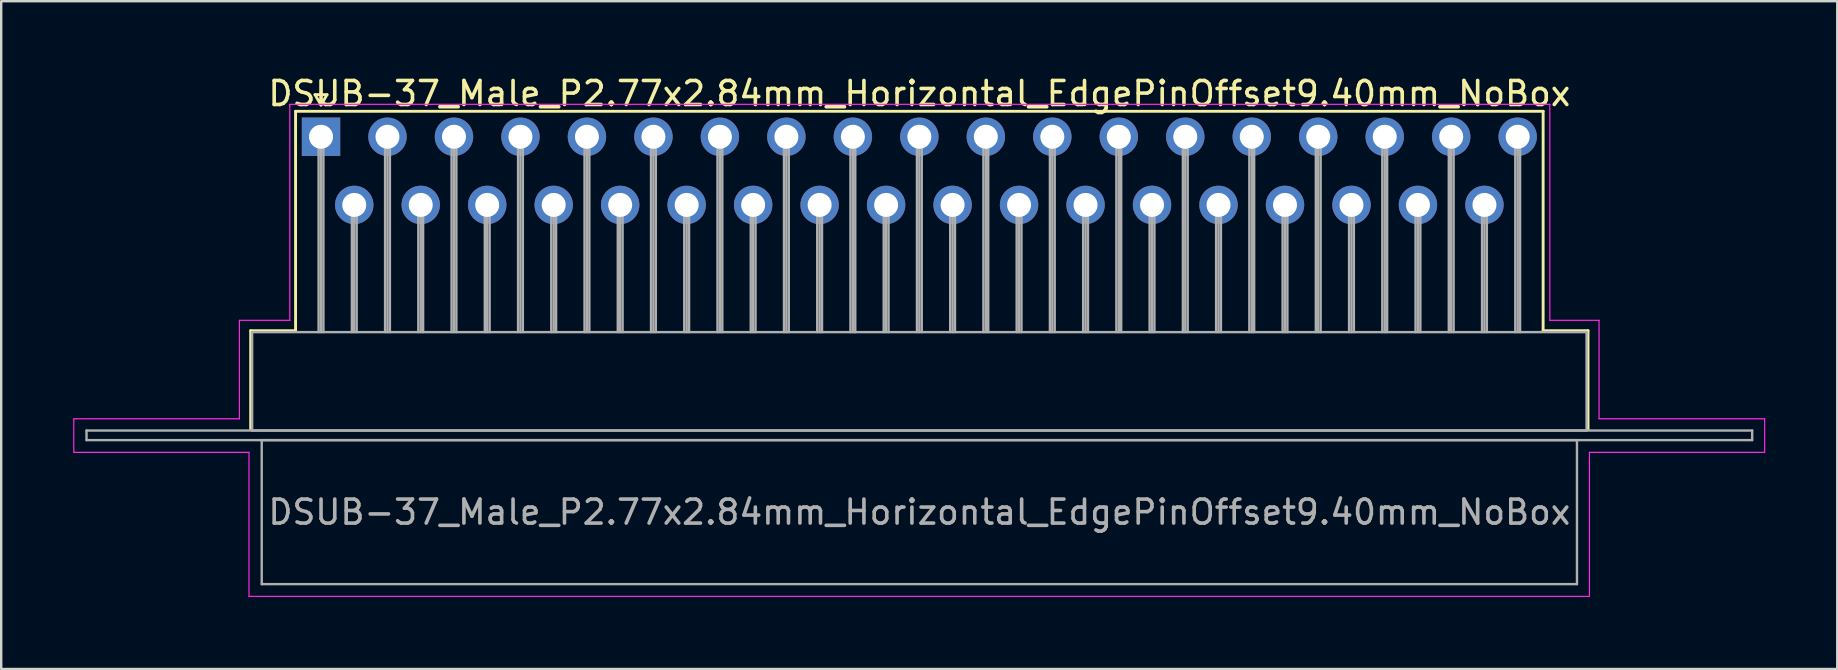
<source format=kicad_pcb>
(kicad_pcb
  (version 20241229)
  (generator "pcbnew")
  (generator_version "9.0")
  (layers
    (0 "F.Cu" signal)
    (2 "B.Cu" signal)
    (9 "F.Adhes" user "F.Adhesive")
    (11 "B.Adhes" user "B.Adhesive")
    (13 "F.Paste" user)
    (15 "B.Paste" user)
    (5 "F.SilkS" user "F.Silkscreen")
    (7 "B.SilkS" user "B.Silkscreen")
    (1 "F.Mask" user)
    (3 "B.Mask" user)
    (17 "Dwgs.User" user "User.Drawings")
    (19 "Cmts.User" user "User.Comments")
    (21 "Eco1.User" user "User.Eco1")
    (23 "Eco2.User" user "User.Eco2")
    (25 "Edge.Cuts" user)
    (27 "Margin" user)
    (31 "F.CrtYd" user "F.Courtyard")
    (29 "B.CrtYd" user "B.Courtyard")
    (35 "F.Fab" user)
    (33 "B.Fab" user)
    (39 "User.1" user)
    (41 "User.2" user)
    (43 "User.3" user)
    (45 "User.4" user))
  (footprint "DSUB-37_Male_P2.77x2.84mm_Horizontal_EdgePinOffset9.40mm_NoBox"
    (layer "F.Cu")
    (at 10.325 2.648)
    (property "Reference" "DSUB-37_Male_P2.77x2.84mm_Horizontal_EdgePinOffset9.40mm_NoBox" (at 24.93 -1.8 0) (layer "F.SilkS") (effects (font (size 1 1) (thickness 0.15))))
    (attr through_hole)
    (fp_line (start -2.93 8.08) (end -1.06 8.08) (stroke (width 0.12) (type solid)) (layer "F.SilkS"))
    (fp_line (start -2.93 12.18) (end -2.93 8.08) (stroke (width 0.12) (type solid)) (layer "F.SilkS"))
    (fp_line (start -1.06 -1.06) (end 50.92 -1.06) (stroke (width 0.12) (type solid)) (layer "F.SilkS"))
    (fp_line (start -1.06 8.08) (end -1.06 -1.06) (stroke (width 0.12) (type solid)) (layer "F.SilkS"))
    (fp_line (start -0.25 -1.754) (end 0.25 -1.754) (stroke (width 0.12) (type solid)) (layer "F.SilkS"))
    (fp_line (start 0 -1.321) (end -0.25 -1.754) (stroke (width 0.12) (type solid)) (layer "F.SilkS"))
    (fp_line (start 0.25 -1.754) (end 0 -1.321) (stroke (width 0.12) (type solid)) (layer "F.SilkS"))
    (fp_line (start 50.92 -1.06) (end 50.92 8.08) (stroke (width 0.12) (type solid)) (layer "F.SilkS"))
    (fp_line (start 50.92 8.08) (end 52.79 8.08) (stroke (width 0.12) (type solid)) (layer "F.SilkS"))
    (fp_line (start 52.79 8.08) (end 52.79 12.18) (stroke (width 0.12) (type solid)) (layer "F.SilkS"))
    (fp_line (start -10.3 11.75) (end -3.4 11.75) (stroke (width 0.05) (type solid)) (layer "F.CrtYd"))
    (fp_line (start -10.3 13.15) (end -10.3 11.75) (stroke (width 0.05) (type solid)) (layer "F.CrtYd"))
    (fp_line (start -3.4 7.65) (end -1.3 7.65) (stroke (width 0.05) (type solid)) (layer "F.CrtYd"))
    (fp_line (start -3.4 11.75) (end -3.4 7.65) (stroke (width 0.05) (type solid)) (layer "F.CrtYd"))
    (fp_line (start -3 13.15) (end -10.3 13.15) (stroke (width 0.05) (type solid)) (layer "F.CrtYd"))
    (fp_line (start -3 19.15) (end -3 13.15) (stroke (width 0.05) (type solid)) (layer "F.CrtYd"))
    (fp_line (start -1.3 -1.35) (end 51.2 -1.35) (stroke (width 0.05) (type solid)) (layer "F.CrtYd"))
    (fp_line (start -1.3 7.65) (end -1.3 -1.35) (stroke (width 0.05) (type solid)) (layer "F.CrtYd"))
    (fp_line (start 51.2 -1.35) (end 51.2 7.65) (stroke (width 0.05) (type solid)) (layer "F.CrtYd"))
    (fp_line (start 51.2 7.65) (end 53.25 7.65) (stroke (width 0.05) (type solid)) (layer "F.CrtYd"))
    (fp_line (start 52.85 13.15) (end 52.85 19.15) (stroke (width 0.05) (type solid)) (layer "F.CrtYd"))
    (fp_line (start 52.85 19.15) (end -3 19.15) (stroke (width 0.05) (type solid)) (layer "F.CrtYd"))
    (fp_line (start 53.25 7.65) (end 53.25 11.75) (stroke (width 0.05) (type solid)) (layer "F.CrtYd"))
    (fp_line (start 53.25 11.75) (end 60.15 11.75) (stroke (width 0.05) (type solid)) (layer "F.CrtYd"))
    (fp_line (start 60.15 11.75) (end 60.15 13.15) (stroke (width 0.05) (type solid)) (layer "F.CrtYd"))
    (fp_line (start 60.15 13.15) (end 52.85 13.15) (stroke (width 0.05) (type solid)) (layer "F.CrtYd"))
    (fp_line (start -9.77 12.24) (end -9.77 12.64) (stroke (width 0.1) (type solid)) (layer "F.Fab"))
    (fp_line (start -9.77 12.64) (end 59.63 12.64) (stroke (width 0.1) (type solid)) (layer "F.Fab"))
    (fp_line (start -2.87 8.14) (end -2.87 12.24) (stroke (width 0.1) (type solid)) (layer "F.Fab"))
    (fp_line (start -2.87 12.24) (end 52.73 12.24) (stroke (width 0.1) (type solid)) (layer "F.Fab"))
    (fp_line (start -2.47 12.64) (end -2.47 18.64) (stroke (width 0.1) (type solid)) (layer "F.Fab"))
    (fp_line (start -2.47 18.64) (end 52.33 18.64) (stroke (width 0.1) (type solid)) (layer "F.Fab"))
    (fp_line (start -0.1 0) (end -0.1 8.14) (stroke (width 0.1) (type solid)) (layer "F.Fab"))
    (fp_line (start 0 0) (end 0 8.14) (stroke (width 0.1) (type solid)) (layer "F.Fab"))
    (fp_line (start 0.1 0) (end 0.1 8.14) (stroke (width 0.1) (type solid)) (layer "F.Fab"))
    (fp_line (start 1.285 2.84) (end 1.285 8.14) (stroke (width 0.1) (type solid)) (layer "F.Fab"))
    (fp_line (start 1.385 2.84) (end 1.385 8.14) (stroke (width 0.1) (type solid)) (layer "F.Fab"))
    (fp_line (start 1.485 2.84) (end 1.485 8.14) (stroke (width 0.1) (type solid)) (layer "F.Fab"))
    (fp_line (start 2.67 0) (end 2.67 8.14) (stroke (width 0.1) (type solid)) (layer "F.Fab"))
    (fp_line (start 2.77 0) (end 2.77 8.14) (stroke (width 0.1) (type solid)) (layer "F.Fab"))
    (fp_line (start 2.87 0) (end 2.87 8.14) (stroke (width 0.1) (type solid)) (layer "F.Fab"))
    (fp_line (start 4.055 2.84) (end 4.055 8.14) (stroke (width 0.1) (type solid)) (layer "F.Fab"))
    (fp_line (start 4.155 2.84) (end 4.155 8.14) (stroke (width 0.1) (type solid)) (layer "F.Fab"))
    (fp_line (start 4.255 2.84) (end 4.255 8.14) (stroke (width 0.1) (type solid)) (layer "F.Fab"))
    (fp_line (start 5.44 0) (end 5.44 8.14) (stroke (width 0.1) (type solid)) (layer "F.Fab"))
    (fp_line (start 5.54 0) (end 5.54 8.14) (stroke (width 0.1) (type solid)) (layer "F.Fab"))
    (fp_line (start 5.64 0) (end 5.64 8.14) (stroke (width 0.1) (type solid)) (layer "F.Fab"))
    (fp_line (start 6.825 2.84) (end 6.825 8.14) (stroke (width 0.1) (type solid)) (layer "F.Fab"))
    (fp_line (start 6.925 2.84) (end 6.925 8.14) (stroke (width 0.1) (type solid)) (layer "F.Fab"))
    (fp_line (start 7.025 2.84) (end 7.025 8.14) (stroke (width 0.1) (type solid)) (layer "F.Fab"))
    (fp_line (start 8.21 0) (end 8.21 8.14) (stroke (width 0.1) (type solid)) (layer "F.Fab"))
    (fp_line (start 8.31 0) (end 8.31 8.14) (stroke (width 0.1) (type solid)) (layer "F.Fab"))
    (fp_line (start 8.41 0) (end 8.41 8.14) (stroke (width 0.1) (type solid)) (layer "F.Fab"))
    (fp_line (start 9.595 2.84) (end 9.595 8.14) (stroke (width 0.1) (type solid)) (layer "F.Fab"))
    (fp_line (start 9.695 2.84) (end 9.695 8.14) (stroke (width 0.1) (type solid)) (layer "F.Fab"))
    (fp_line (start 9.795 2.84) (end 9.795 8.14) (stroke (width 0.1) (type solid)) (layer "F.Fab"))
    (fp_line (start 10.98 0) (end 10.98 8.14) (stroke (width 0.1) (type solid)) (layer "F.Fab"))
    (fp_line (start 11.08 0) (end 11.08 8.14) (stroke (width 0.1) (type solid)) (layer "F.Fab"))
    (fp_line (start 11.18 0) (end 11.18 8.14) (stroke (width 0.1) (type solid)) (layer "F.Fab"))
    (fp_line (start 12.365 2.84) (end 12.365 8.14) (stroke (width 0.1) (type solid)) (layer "F.Fab"))
    (fp_line (start 12.465 2.84) (end 12.465 8.14) (stroke (width 0.1) (type solid)) (layer "F.Fab"))
    (fp_line (start 12.565 2.84) (end 12.565 8.14) (stroke (width 0.1) (type solid)) (layer "F.Fab"))
    (fp_line (start 13.75 0) (end 13.75 8.14) (stroke (width 0.1) (type solid)) (layer "F.Fab"))
    (fp_line (start 13.85 0) (end 13.85 8.14) (stroke (width 0.1) (type solid)) (layer "F.Fab"))
    (fp_line (start 13.95 0) (end 13.95 8.14) (stroke (width 0.1) (type solid)) (layer "F.Fab"))
    (fp_line (start 15.135 2.84) (end 15.135 8.14) (stroke (width 0.1) (type solid)) (layer "F.Fab"))
    (fp_line (start 15.235 2.84) (end 15.235 8.14) (stroke (width 0.1) (type solid)) (layer "F.Fab"))
    (fp_line (start 15.335 2.84) (end 15.335 8.14) (stroke (width 0.1) (type solid)) (layer "F.Fab"))
    (fp_line (start 16.52 0) (end 16.52 8.14) (stroke (width 0.1) (type solid)) (layer "F.Fab"))
    (fp_line (start 16.62 0) (end 16.62 8.14) (stroke (width 0.1) (type solid)) (layer "F.Fab"))
    (fp_line (start 16.72 0) (end 16.72 8.14) (stroke (width 0.1) (type solid)) (layer "F.Fab"))
    (fp_line (start 17.905 2.84) (end 17.905 8.14) (stroke (width 0.1) (type solid)) (layer "F.Fab"))
    (fp_line (start 18.005 2.84) (end 18.005 8.14) (stroke (width 0.1) (type solid)) (layer "F.Fab"))
    (fp_line (start 18.105 2.84) (end 18.105 8.14) (stroke (width 0.1) (type solid)) (layer "F.Fab"))
    (fp_line (start 19.29 0) (end 19.29 8.14) (stroke (width 0.1) (type solid)) (layer "F.Fab"))
    (fp_line (start 19.39 0) (end 19.39 8.14) (stroke (width 0.1) (type solid)) (layer "F.Fab"))
    (fp_line (start 19.49 0) (end 19.49 8.14) (stroke (width 0.1) (type solid)) (layer "F.Fab"))
    (fp_line (start 20.675 2.84) (end 20.675 8.14) (stroke (width 0.1) (type solid)) (layer "F.Fab"))
    (fp_line (start 20.775 2.84) (end 20.775 8.14) (stroke (width 0.1) (type solid)) (layer "F.Fab"))
    (fp_line (start 20.875 2.84) (end 20.875 8.14) (stroke (width 0.1) (type solid)) (layer "F.Fab"))
    (fp_line (start 22.06 0) (end 22.06 8.14) (stroke (width 0.1) (type solid)) (layer "F.Fab"))
    (fp_line (start 22.16 0) (end 22.16 8.14) (stroke (width 0.1) (type solid)) (layer "F.Fab"))
    (fp_line (start 22.26 0) (end 22.26 8.14) (stroke (width 0.1) (type solid)) (layer "F.Fab"))
    (fp_line (start 23.445 2.84) (end 23.445 8.14) (stroke (width 0.1) (type solid)) (layer "F.Fab"))
    (fp_line (start 23.545 2.84) (end 23.545 8.14) (stroke (width 0.1) (type solid)) (layer "F.Fab"))
    (fp_line (start 23.645 2.84) (end 23.645 8.14) (stroke (width 0.1) (type solid)) (layer "F.Fab"))
    (fp_line (start 24.83 0) (end 24.83 8.14) (stroke (width 0.1) (type solid)) (layer "F.Fab"))
    (fp_line (start 24.93 0) (end 24.93 8.14) (stroke (width 0.1) (type solid)) (layer "F.Fab"))
    (fp_line (start 25.03 0) (end 25.03 8.14) (stroke (width 0.1) (type solid)) (layer "F.Fab"))
    (fp_line (start 26.215 2.84) (end 26.215 8.14) (stroke (width 0.1) (type solid)) (layer "F.Fab"))
    (fp_line (start 26.315 2.84) (end 26.315 8.14) (stroke (width 0.1) (type solid)) (layer "F.Fab"))
    (fp_line (start 26.415 2.84) (end 26.415 8.14) (stroke (width 0.1) (type solid)) (layer "F.Fab"))
    (fp_line (start 27.6 0) (end 27.6 8.14) (stroke (width 0.1) (type solid)) (layer "F.Fab"))
    (fp_line (start 27.7 0) (end 27.7 8.14) (stroke (width 0.1) (type solid)) (layer "F.Fab"))
    (fp_line (start 27.8 0) (end 27.8 8.14) (stroke (width 0.1) (type solid)) (layer "F.Fab"))
    (fp_line (start 28.985 2.84) (end 28.985 8.14) (stroke (width 0.1) (type solid)) (layer "F.Fab"))
    (fp_line (start 29.085 2.84) (end 29.085 8.14) (stroke (width 0.1) (type solid)) (layer "F.Fab"))
    (fp_line (start 29.185 2.84) (end 29.185 8.14) (stroke (width 0.1) (type solid)) (layer "F.Fab"))
    (fp_line (start 30.37 0) (end 30.37 8.14) (stroke (width 0.1) (type solid)) (layer "F.Fab"))
    (fp_line (start 30.47 0) (end 30.47 8.14) (stroke (width 0.1) (type solid)) (layer "F.Fab"))
    (fp_line (start 30.57 0) (end 30.57 8.14) (stroke (width 0.1) (type solid)) (layer "F.Fab"))
    (fp_line (start 31.755 2.84) (end 31.755 8.14) (stroke (width 0.1) (type solid)) (layer "F.Fab"))
    (fp_line (start 31.855 2.84) (end 31.855 8.14) (stroke (width 0.1) (type solid)) (layer "F.Fab"))
    (fp_line (start 31.955 2.84) (end 31.955 8.14) (stroke (width 0.1) (type solid)) (layer "F.Fab"))
    (fp_line (start 33.14 0) (end 33.14 8.14) (stroke (width 0.1) (type solid)) (layer "F.Fab"))
    (fp_line (start 33.24 0) (end 33.24 8.14) (stroke (width 0.1) (type solid)) (layer "F.Fab"))
    (fp_line (start 33.34 0) (end 33.34 8.14) (stroke (width 0.1) (type solid)) (layer "F.Fab"))
    (fp_line (start 34.525 2.84) (end 34.525 8.14) (stroke (width 0.1) (type solid)) (layer "F.Fab"))
    (fp_line (start 34.625 2.84) (end 34.625 8.14) (stroke (width 0.1) (type solid)) (layer "F.Fab"))
    (fp_line (start 34.725 2.84) (end 34.725 8.14) (stroke (width 0.1) (type solid)) (layer "F.Fab"))
    (fp_line (start 35.91 0) (end 35.91 8.14) (stroke (width 0.1) (type solid)) (layer "F.Fab"))
    (fp_line (start 36.01 0) (end 36.01 8.14) (stroke (width 0.1) (type solid)) (layer "F.Fab"))
    (fp_line (start 36.11 0) (end 36.11 8.14) (stroke (width 0.1) (type solid)) (layer "F.Fab"))
    (fp_line (start 37.295 2.84) (end 37.295 8.14) (stroke (width 0.1) (type solid)) (layer "F.Fab"))
    (fp_line (start 37.395 2.84) (end 37.395 8.14) (stroke (width 0.1) (type solid)) (layer "F.Fab"))
    (fp_line (start 37.495 2.84) (end 37.495 8.14) (stroke (width 0.1) (type solid)) (layer "F.Fab"))
    (fp_line (start 38.68 0) (end 38.68 8.14) (stroke (width 0.1) (type solid)) (layer "F.Fab"))
    (fp_line (start 38.78 0) (end 38.78 8.14) (stroke (width 0.1) (type solid)) (layer "F.Fab"))
    (fp_line (start 38.88 0) (end 38.88 8.14) (stroke (width 0.1) (type solid)) (layer "F.Fab"))
    (fp_line (start 40.065 2.84) (end 40.065 8.14) (stroke (width 0.1) (type solid)) (layer "F.Fab"))
    (fp_line (start 40.165 2.84) (end 40.165 8.14) (stroke (width 0.1) (type solid)) (layer "F.Fab"))
    (fp_line (start 40.265 2.84) (end 40.265 8.14) (stroke (width 0.1) (type solid)) (layer "F.Fab"))
    (fp_line (start 41.45 0) (end 41.45 8.14) (stroke (width 0.1) (type solid)) (layer "F.Fab"))
    (fp_line (start 41.55 0) (end 41.55 8.14) (stroke (width 0.1) (type solid)) (layer "F.Fab"))
    (fp_line (start 41.65 0) (end 41.65 8.14) (stroke (width 0.1) (type solid)) (layer "F.Fab"))
    (fp_line (start 42.835 2.84) (end 42.835 8.14) (stroke (width 0.1) (type solid)) (layer "F.Fab"))
    (fp_line (start 42.935 2.84) (end 42.935 8.14) (stroke (width 0.1) (type solid)) (layer "F.Fab"))
    (fp_line (start 43.035 2.84) (end 43.035 8.14) (stroke (width 0.1) (type solid)) (layer "F.Fab"))
    (fp_line (start 44.22 0) (end 44.22 8.14) (stroke (width 0.1) (type solid)) (layer "F.Fab"))
    (fp_line (start 44.32 0) (end 44.32 8.14) (stroke (width 0.1) (type solid)) (layer "F.Fab"))
    (fp_line (start 44.42 0) (end 44.42 8.14) (stroke (width 0.1) (type solid)) (layer "F.Fab"))
    (fp_line (start 45.605 2.84) (end 45.605 8.14) (stroke (width 0.1) (type solid)) (layer "F.Fab"))
    (fp_line (start 45.705 2.84) (end 45.705 8.14) (stroke (width 0.1) (type solid)) (layer "F.Fab"))
    (fp_line (start 45.805 2.84) (end 45.805 8.14) (stroke (width 0.1) (type solid)) (layer "F.Fab"))
    (fp_line (start 46.99 0) (end 46.99 8.14) (stroke (width 0.1) (type solid)) (layer "F.Fab"))
    (fp_line (start 47.09 0) (end 47.09 8.14) (stroke (width 0.1) (type solid)) (layer "F.Fab"))
    (fp_line (start 47.19 0) (end 47.19 8.14) (stroke (width 0.1) (type solid)) (layer "F.Fab"))
    (fp_line (start 48.375 2.84) (end 48.375 8.14) (stroke (width 0.1) (type solid)) (layer "F.Fab"))
    (fp_line (start 48.475 2.84) (end 48.475 8.14) (stroke (width 0.1) (type solid)) (layer "F.Fab"))
    (fp_line (start 48.575 2.84) (end 48.575 8.14) (stroke (width 0.1) (type solid)) (layer "F.Fab"))
    (fp_line (start 49.76 0) (end 49.76 8.14) (stroke (width 0.1) (type solid)) (layer "F.Fab"))
    (fp_line (start 49.86 0) (end 49.86 8.14) (stroke (width 0.1) (type solid)) (layer "F.Fab"))
    (fp_line (start 49.96 0) (end 49.96 8.14) (stroke (width 0.1) (type solid)) (layer "F.Fab"))
    (fp_line (start 52.33 12.64) (end -2.47 12.64) (stroke (width 0.1) (type solid)) (layer "F.Fab"))
    (fp_line (start 52.33 18.64) (end 52.33 12.64) (stroke (width 0.1) (type solid)) (layer "F.Fab"))
    (fp_line (start 52.73 8.14) (end -2.87 8.14) (stroke (width 0.1) (type solid)) (layer "F.Fab"))
    (fp_line (start 52.73 12.24) (end 52.73 8.14) (stroke (width 0.1) (type solid)) (layer "F.Fab"))
    (fp_line (start 59.63 12.24) (end -9.77 12.24) (stroke (width 0.1) (type solid)) (layer "F.Fab"))
    (fp_line (start 59.63 12.64) (end 59.63 12.24) (stroke (width 0.1) (type solid)) (layer "F.Fab"))
    (fp_text user "${REFERENCE}" (at 24.93 15.64 0) (layer "F.Fab") (effects (font (size 1 1) (thickness 0.15))))
    (pad "1" thru_hole rect (at 0 0) (size 1.6 1.6) (drill 1) (layers "*.Cu" "*.Mask"))
    (pad "2" thru_hole circle (at 2.77 0) (size 1.6 1.6) (drill 1) (layers "*.Cu" "*.Mask"))
    (pad "3" thru_hole circle (at 5.54 0) (size 1.6 1.6) (drill 1) (layers "*.Cu" "*.Mask"))
    (pad "4" thru_hole circle (at 8.31 0) (size 1.6 1.6) (drill 1) (layers "*.Cu" "*.Mask"))
    (pad "5" thru_hole circle (at 11.08 0) (size 1.6 1.6) (drill 1) (layers "*.Cu" "*.Mask"))
    (pad "6" thru_hole circle (at 13.85 0) (size 1.6 1.6) (drill 1) (layers "*.Cu" "*.Mask"))
    (pad "7" thru_hole circle (at 16.62 0) (size 1.6 1.6) (drill 1) (layers "*.Cu" "*.Mask"))
    (pad "8" thru_hole circle (at 19.39 0) (size 1.6 1.6) (drill 1) (layers "*.Cu" "*.Mask"))
    (pad "9" thru_hole circle (at 22.16 0) (size 1.6 1.6) (drill 1) (layers "*.Cu" "*.Mask"))
    (pad "10" thru_hole circle (at 24.93 0) (size 1.6 1.6) (drill 1) (layers "*.Cu" "*.Mask"))
    (pad "11" thru_hole circle (at 27.7 0) (size 1.6 1.6) (drill 1) (layers "*.Cu" "*.Mask"))
    (pad "12" thru_hole circle (at 30.47 0) (size 1.6 1.6) (drill 1) (layers "*.Cu" "*.Mask"))
    (pad "13" thru_hole circle (at 33.24 0) (size 1.6 1.6) (drill 1) (layers "*.Cu" "*.Mask"))
    (pad "14" thru_hole circle (at 36.01 0) (size 1.6 1.6) (drill 1) (layers "*.Cu" "*.Mask"))
    (pad "15" thru_hole circle (at 38.78 0) (size 1.6 1.6) (drill 1) (layers "*.Cu" "*.Mask"))
    (pad "16" thru_hole circle (at 41.55 0) (size 1.6 1.6) (drill 1) (layers "*.Cu" "*.Mask"))
    (pad "17" thru_hole circle (at 44.32 0) (size 1.6 1.6) (drill 1) (layers "*.Cu" "*.Mask"))
    (pad "18" thru_hole circle (at 47.09 0) (size 1.6 1.6) (drill 1) (layers "*.Cu" "*.Mask"))
    (pad "19" thru_hole circle (at 49.86 0) (size 1.6 1.6) (drill 1) (layers "*.Cu" "*.Mask"))
    (pad "20" thru_hole circle (at 1.385 2.84) (size 1.6 1.6) (drill 1) (layers "*.Cu" "*.Mask"))
    (pad "21" thru_hole circle (at 4.155 2.84) (size 1.6 1.6) (drill 1) (layers "*.Cu" "*.Mask"))
    (pad "22" thru_hole circle (at 6.925 2.84) (size 1.6 1.6) (drill 1) (layers "*.Cu" "*.Mask"))
    (pad "23" thru_hole circle (at 9.695 2.84) (size 1.6 1.6) (drill 1) (layers "*.Cu" "*.Mask"))
    (pad "24" thru_hole circle (at 12.465 2.84) (size 1.6 1.6) (drill 1) (layers "*.Cu" "*.Mask"))
    (pad "25" thru_hole circle (at 15.235 2.84) (size 1.6 1.6) (drill 1) (layers "*.Cu" "*.Mask"))
    (pad "26" thru_hole circle (at 18.005 2.84) (size 1.6 1.6) (drill 1) (layers "*.Cu" "*.Mask"))
    (pad "27" thru_hole circle (at 20.775 2.84) (size 1.6 1.6) (drill 1) (layers "*.Cu" "*.Mask"))
    (pad "28" thru_hole circle (at 23.545 2.84) (size 1.6 1.6) (drill 1) (layers "*.Cu" "*.Mask"))
    (pad "29" thru_hole circle (at 26.315 2.84) (size 1.6 1.6) (drill 1) (layers "*.Cu" "*.Mask"))
    (pad "30" thru_hole circle (at 29.085 2.84) (size 1.6 1.6) (drill 1) (layers "*.Cu" "*.Mask"))
    (pad "31" thru_hole circle (at 31.855 2.84) (size 1.6 1.6) (drill 1) (layers "*.Cu" "*.Mask"))
    (pad "32" thru_hole circle (at 34.625 2.84) (size 1.6 1.6) (drill 1) (layers "*.Cu" "*.Mask"))
    (pad "33" thru_hole circle (at 37.395 2.84) (size 1.6 1.6) (drill 1) (layers "*.Cu" "*.Mask"))
    (pad "34" thru_hole circle (at 40.165 2.84) (size 1.6 1.6) (drill 1) (layers "*.Cu" "*.Mask"))
    (pad "35" thru_hole circle (at 42.935 2.84) (size 1.6 1.6) (drill 1) (layers "*.Cu" "*.Mask"))
    (pad "36" thru_hole circle (at 45.705 2.84) (size 1.6 1.6) (drill 1) (layers "*.Cu" "*.Mask"))
    (pad "37" thru_hole circle (at 48.475 2.84) (size 1.6 1.6) (drill 1) (layers "*.Cu" "*.Mask")))
  (gr_rect
    (start -3 -3)
    (end 73.5 24.823)
    (stroke (width 0.1) (type default))
    (fill no)
    (layer "Edge.Cuts")))
</source>
